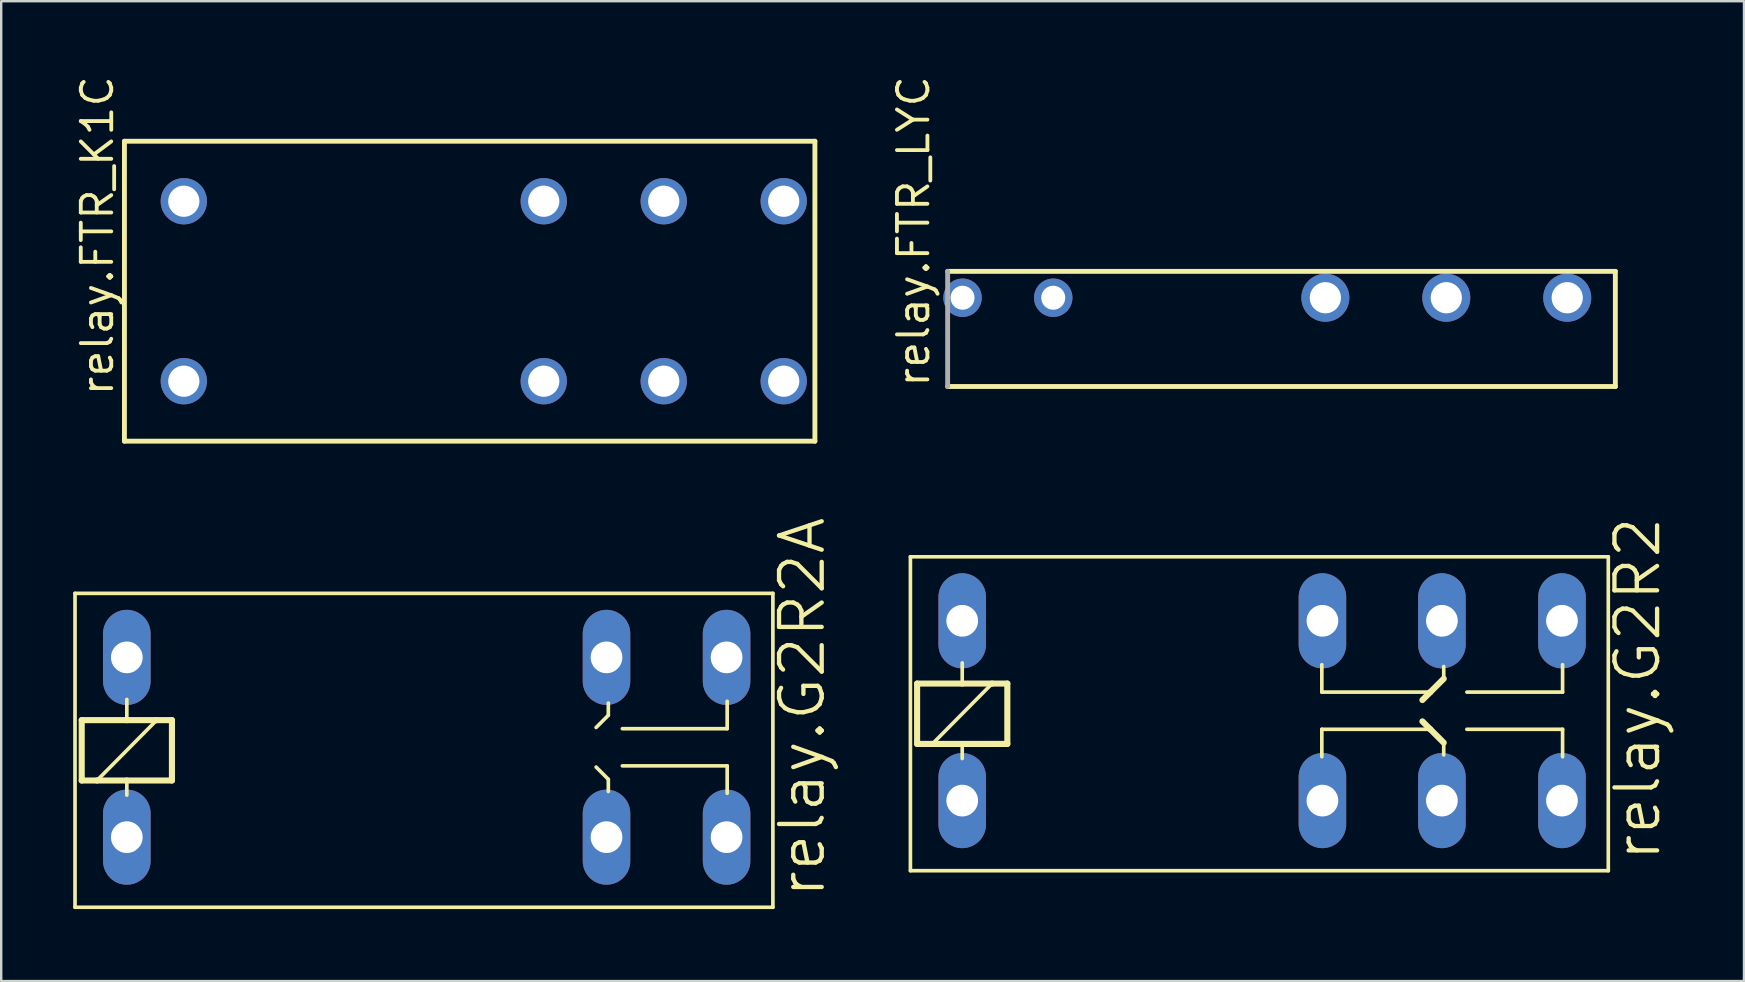
<source format=kicad_pcb>
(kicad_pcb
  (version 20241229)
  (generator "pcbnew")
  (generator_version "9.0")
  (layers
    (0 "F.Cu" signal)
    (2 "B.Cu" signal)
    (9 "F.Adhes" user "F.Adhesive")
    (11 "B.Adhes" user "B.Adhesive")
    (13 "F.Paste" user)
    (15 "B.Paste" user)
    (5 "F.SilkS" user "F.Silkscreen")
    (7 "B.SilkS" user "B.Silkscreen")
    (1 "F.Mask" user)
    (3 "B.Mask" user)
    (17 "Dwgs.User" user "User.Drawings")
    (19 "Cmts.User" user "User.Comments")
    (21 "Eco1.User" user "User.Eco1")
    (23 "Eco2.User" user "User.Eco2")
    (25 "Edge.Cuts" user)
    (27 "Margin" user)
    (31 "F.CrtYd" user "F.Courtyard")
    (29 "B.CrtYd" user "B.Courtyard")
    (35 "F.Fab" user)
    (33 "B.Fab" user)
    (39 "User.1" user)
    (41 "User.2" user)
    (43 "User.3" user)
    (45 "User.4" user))
  (footprint "relay.FTR_LYC"
    (layer "F.Cu")
    (at 40.842 9.358)
    (property "Reference" "relay.FTR_LYC" (at -5.08 3.81 90) (layer "F.SilkS") (effects (font (size 1.27 1.27) (thickness 0.16)) (justify left bottom)))
    (attr through_hole)
    (fp_line (start -4.4 -1.1) (end 23.425 -1.1) (stroke (width 0.203) (type default)) (layer "F.SilkS"))
    (fp_line (start 23.425 -1.1) (end 23.425 3.7) (stroke (width 0.203) (type default)) (layer "F.SilkS"))
    (fp_line (start 23.425 3.7) (end -4.4 3.7) (stroke (width 0.203) (type default)) (layer "F.SilkS"))
    (fp_line (start -4.4 3.7) (end -4.4 -1.1) (stroke (width 0.203) (type default)) (layer "F.Fab"))
    (pad "1" thru_hole circle (at -3.78 0) (size 1.6 1.6) (drill 1) (layers "*.Cu" "*.Mask"))
    (pad "2" thru_hole circle (at 0 0) (size 1.6 1.6) (drill 1) (layers "*.Cu" "*.Mask"))
    (pad "3" thru_hole circle (at 11.34 0) (size 2 2) (drill 1.3) (layers "*.Cu" "*.Mask"))
    (pad "4" thru_hole circle (at 16.38 0) (size 2 2) (drill 1.3) (layers "*.Cu" "*.Mask"))
    (pad "5" thru_hole circle (at 21.42 0) (size 2 2) (drill 1.3) (layers "*.Cu" "*.Mask")))
  (footprint "relay.G2R2A"
    (layer "F.Cu")
    (at 4.775 28.155)
    (property "Reference" "relay.G2R2A" (at 26.645 6.299 90) (layer "F.SilkS") (effects (font (size 1.778 1.778) (thickness 0.18)) (justify left bottom)))
    (attr through_hole)
    (fp_line (start -4.699 6.604) (end -4.699 -6.477) (stroke (width 0.152) (type default)) (layer "F.SilkS"))
    (fp_line (start -4.699 6.604) (end 24.384 6.604) (stroke (width 0.152) (type default)) (layer "F.SilkS"))
    (fp_line (start -4.42 -1.194) (end -2.54 -1.194) (stroke (width 0.254) (type default)) (layer "F.SilkS"))
    (fp_line (start -4.42 1.321) (end -4.42 -1.194) (stroke (width 0.254) (type default)) (layer "F.SilkS"))
    (fp_line (start -3.785 1.321) (end -4.42 1.321) (stroke (width 0.254) (type default)) (layer "F.SilkS"))
    (fp_line (start -2.54 -2.057) (end -2.54 -1.194) (stroke (width 0.152) (type default)) (layer "F.SilkS"))
    (fp_line (start -2.54 -1.194) (end -1.295 -1.194) (stroke (width 0.254) (type default)) (layer "F.SilkS"))
    (fp_line (start -2.54 1.321) (end -3.785 1.321) (stroke (width 0.254) (type default)) (layer "F.SilkS"))
    (fp_line (start -2.54 1.321) (end -2.54 1.93) (stroke (width 0.152) (type default)) (layer "F.SilkS"))
    (fp_line (start -1.295 -1.194) (end -3.785 1.321) (stroke (width 0.152) (type default)) (layer "F.SilkS"))
    (fp_line (start -1.295 -1.194) (end -0.66 -1.194) (stroke (width 0.254) (type default)) (layer "F.SilkS"))
    (fp_line (start -0.66 -1.194) (end -0.66 1.321) (stroke (width 0.254) (type default)) (layer "F.SilkS"))
    (fp_line (start -0.66 1.321) (end -2.54 1.321) (stroke (width 0.254) (type default)) (layer "F.SilkS"))
    (fp_line (start 17.018 -0.889) (end 17.526 -1.397) (stroke (width 0.152) (type default)) (layer "F.SilkS"))
    (fp_line (start 17.018 0.762) (end 17.526 1.27) (stroke (width 0.152) (type default)) (layer "F.SilkS"))
    (fp_line (start 17.526 -1.905) (end 17.526 -1.397) (stroke (width 0.152) (type default)) (layer "F.SilkS"))
    (fp_line (start 17.526 1.778) (end 17.526 1.27) (stroke (width 0.152) (type default)) (layer "F.SilkS"))
    (fp_line (start 18.11 -0.838) (end 22.479 -0.838) (stroke (width 0.152) (type default)) (layer "F.SilkS"))
    (fp_line (start 18.11 0.711) (end 22.479 0.711) (stroke (width 0.152) (type default)) (layer "F.SilkS"))
    (fp_line (start 22.479 -0.838) (end 22.479 -1.981) (stroke (width 0.152) (type default)) (layer "F.SilkS"))
    (fp_line (start 22.479 0.711) (end 22.479 1.854) (stroke (width 0.152) (type default)) (layer "F.SilkS"))
    (fp_line (start 24.384 -6.477) (end -4.699 -6.477) (stroke (width 0.152) (type default)) (layer "F.SilkS"))
    (fp_line (start 24.384 -6.477) (end 24.384 6.604) (stroke (width 0.152) (type default)) (layer "F.SilkS"))
    (pad "1" thru_hole oval (at -2.54 3.683 90) (size 3.962 1.981) (drill 1.321) (layers "*.Cu" "*.Mask"))
    (pad "2" thru_hole oval (at -2.54 -3.81 90) (size 3.962 1.981) (drill 1.321) (layers "*.Cu" "*.Mask"))
    (pad "P1" thru_hole oval (at 17.45 -3.81 90) (size 3.962 1.981) (drill 1.321) (layers "*.Cu" "*.Mask"))
    (pad "P2" thru_hole oval (at 17.45 3.683 90) (size 3.962 1.981) (drill 1.321) (layers "*.Cu" "*.Mask"))
    (pad "S1" thru_hole oval (at 22.454 -3.81 90) (size 3.962 1.981) (drill 1.321) (layers "*.Cu" "*.Mask"))
    (pad "S2" thru_hole oval (at 22.454 3.683 90) (size 3.962 1.981) (drill 1.321) (layers "*.Cu" "*.Mask")))
  (footprint "relay.FTR_K1C"
    (layer "F.Cu")
    (at 17.11 9.086)
    (property "Reference" "relay.FTR_K1C" (at -15.36 4.445 90) (layer "F.SilkS") (effects (font (size 1.27 1.27) (thickness 0.16)) (justify left bottom)))
    (attr through_hole)
    (fp_line (start -14.975 -6.25) (end 13.8 -6.25) (stroke (width 0.203) (type default)) (layer "F.SilkS"))
    (fp_line (start -14.975 6.25) (end -14.975 -6.25) (stroke (width 0.203) (type default)) (layer "F.SilkS"))
    (fp_line (start 13.8 -6.25) (end 13.8 6.25) (stroke (width 0.203) (type default)) (layer "F.SilkS"))
    (fp_line (start 13.8 6.25) (end -14.975 6.25) (stroke (width 0.203) (type default)) (layer "F.SilkS"))
    (pad "1" thru_hole circle (at -12.5 3.75) (size 1.93 1.93) (drill 1.3) (layers "*.Cu" "*.Mask"))
    (pad "2" thru_hole circle (at 2.5 3.75) (size 1.93 1.93) (drill 1.3) (layers "*.Cu" "*.Mask"))
    (pad "3" thru_hole circle (at 7.5 3.75) (size 1.93 1.93) (drill 1.3) (layers "*.Cu" "*.Mask"))
    (pad "4" thru_hole circle (at 12.5 3.75) (size 1.93 1.93) (drill 1.3) (layers "*.Cu" "*.Mask"))
    (pad "5" thru_hole circle (at 12.5 -3.75) (size 1.93 1.93) (drill 1.3) (layers "*.Cu" "*.Mask"))
    (pad "6" thru_hole circle (at 7.5 -3.75) (size 1.93 1.93) (drill 1.3) (layers "*.Cu" "*.Mask"))
    (pad "7" thru_hole circle (at 2.5 -3.75) (size 1.93 1.93) (drill 1.3) (layers "*.Cu" "*.Mask"))
    (pad "8" thru_hole circle (at -12.5 -3.75) (size 1.93 1.93) (drill 1.3) (layers "*.Cu" "*.Mask")))
  (footprint "relay.G2R2"
    (layer "F.Cu")
    (at 39.589 26.631)
    (property "Reference" "relay.G2R2" (at 26.645 6.299 90) (layer "F.SilkS") (effects (font (size 1.778 1.778) (thickness 0.18)) (justify left bottom)))
    (attr through_hole)
    (fp_line (start -4.699 6.604) (end -4.699 -6.477) (stroke (width 0.152) (type default)) (layer "F.SilkS"))
    (fp_line (start -4.699 6.604) (end 24.384 6.604) (stroke (width 0.152) (type default)) (layer "F.SilkS"))
    (fp_line (start -4.42 -1.194) (end -2.54 -1.194) (stroke (width 0.254) (type default)) (layer "F.SilkS"))
    (fp_line (start -4.42 1.321) (end -4.42 -1.194) (stroke (width 0.254) (type default)) (layer "F.SilkS"))
    (fp_line (start -3.785 1.321) (end -4.42 1.321) (stroke (width 0.254) (type default)) (layer "F.SilkS"))
    (fp_line (start -2.54 -2.057) (end -2.54 -1.194) (stroke (width 0.152) (type default)) (layer "F.SilkS"))
    (fp_line (start -2.54 -1.194) (end -1.295 -1.194) (stroke (width 0.254) (type default)) (layer "F.SilkS"))
    (fp_line (start -2.54 1.321) (end -3.785 1.321) (stroke (width 0.254) (type default)) (layer "F.SilkS"))
    (fp_line (start -2.54 1.321) (end -2.54 1.93) (stroke (width 0.152) (type default)) (layer "F.SilkS"))
    (fp_line (start -1.295 -1.194) (end -3.785 1.321) (stroke (width 0.152) (type default)) (layer "F.SilkS"))
    (fp_line (start -1.295 -1.194) (end -0.66 -1.194) (stroke (width 0.254) (type default)) (layer "F.SilkS"))
    (fp_line (start -0.66 -1.194) (end -0.66 1.321) (stroke (width 0.254) (type default)) (layer "F.SilkS"))
    (fp_line (start -0.66 1.321) (end -2.54 1.321) (stroke (width 0.254) (type default)) (layer "F.SilkS"))
    (fp_line (start 12.446 -0.838) (end 12.446 -1.981) (stroke (width 0.152) (type default)) (layer "F.SilkS"))
    (fp_line (start 12.446 0.711) (end 12.446 1.854) (stroke (width 0.152) (type default)) (layer "F.SilkS"))
    (fp_line (start 16.637 -0.508) (end 16.967 -0.838) (stroke (width 0.254) (type default)) (layer "F.SilkS"))
    (fp_line (start 16.637 0.381) (end 16.967 0.711) (stroke (width 0.254) (type default)) (layer "F.SilkS"))
    (fp_line (start 16.967 -0.838) (end 12.446 -0.838) (stroke (width 0.152) (type default)) (layer "F.SilkS"))
    (fp_line (start 16.967 -0.838) (end 17.526 -1.397) (stroke (width 0.254) (type default)) (layer "F.SilkS"))
    (fp_line (start 16.967 0.711) (end 12.446 0.711) (stroke (width 0.152) (type default)) (layer "F.SilkS"))
    (fp_line (start 16.967 0.711) (end 17.526 1.27) (stroke (width 0.254) (type default)) (layer "F.SilkS"))
    (fp_line (start 17.526 -1.905) (end 17.526 -1.397) (stroke (width 0.152) (type default)) (layer "F.SilkS"))
    (fp_line (start 17.526 1.778) (end 17.526 1.27) (stroke (width 0.152) (type default)) (layer "F.SilkS"))
    (fp_line (start 18.491 -0.838) (end 22.479 -0.838) (stroke (width 0.152) (type default)) (layer "F.SilkS"))
    (fp_line (start 18.491 0.711) (end 22.479 0.711) (stroke (width 0.152) (type default)) (layer "F.SilkS"))
    (fp_line (start 22.479 -0.838) (end 22.479 -1.981) (stroke (width 0.152) (type default)) (layer "F.SilkS"))
    (fp_line (start 22.479 0.711) (end 22.479 1.854) (stroke (width 0.152) (type default)) (layer "F.SilkS"))
    (fp_line (start 24.384 -6.477) (end -4.699 -6.477) (stroke (width 0.152) (type default)) (layer "F.SilkS"))
    (fp_line (start 24.384 -6.477) (end 24.384 6.604) (stroke (width 0.152) (type default)) (layer "F.SilkS"))
    (pad "1" thru_hole oval (at -2.54 3.683 90) (size 3.962 1.981) (drill 1.321) (layers "*.Cu" "*.Mask"))
    (pad "2" thru_hole oval (at -2.54 -3.81 90) (size 3.962 1.981) (drill 1.321) (layers "*.Cu" "*.Mask"))
    (pad "O1" thru_hole oval (at 12.471 -3.81 90) (size 3.962 1.981) (drill 1.321) (layers "*.Cu" "*.Mask"))
    (pad "O2" thru_hole oval (at 12.471 3.683 90) (size 3.962 1.981) (drill 1.321) (layers "*.Cu" "*.Mask"))
    (pad "P1" thru_hole oval (at 17.45 -3.81 90) (size 3.962 1.981) (drill 1.321) (layers "*.Cu" "*.Mask"))
    (pad "P2" thru_hole oval (at 17.45 3.683 90) (size 3.962 1.981) (drill 1.321) (layers "*.Cu" "*.Mask"))
    (pad "S1" thru_hole oval (at 22.454 -3.81 90) (size 3.962 1.981) (drill 1.321) (layers "*.Cu" "*.Mask"))
    (pad "S2" thru_hole oval (at 22.454 3.683 90) (size 3.962 1.981) (drill 1.321) (layers "*.Cu" "*.Mask")))
  (gr_rect
    (start -3 -3)
    (end 69.628 37.835)
    (stroke (width 0.1) (type default))
    (fill no)
    (layer "Edge.Cuts")))
</source>
